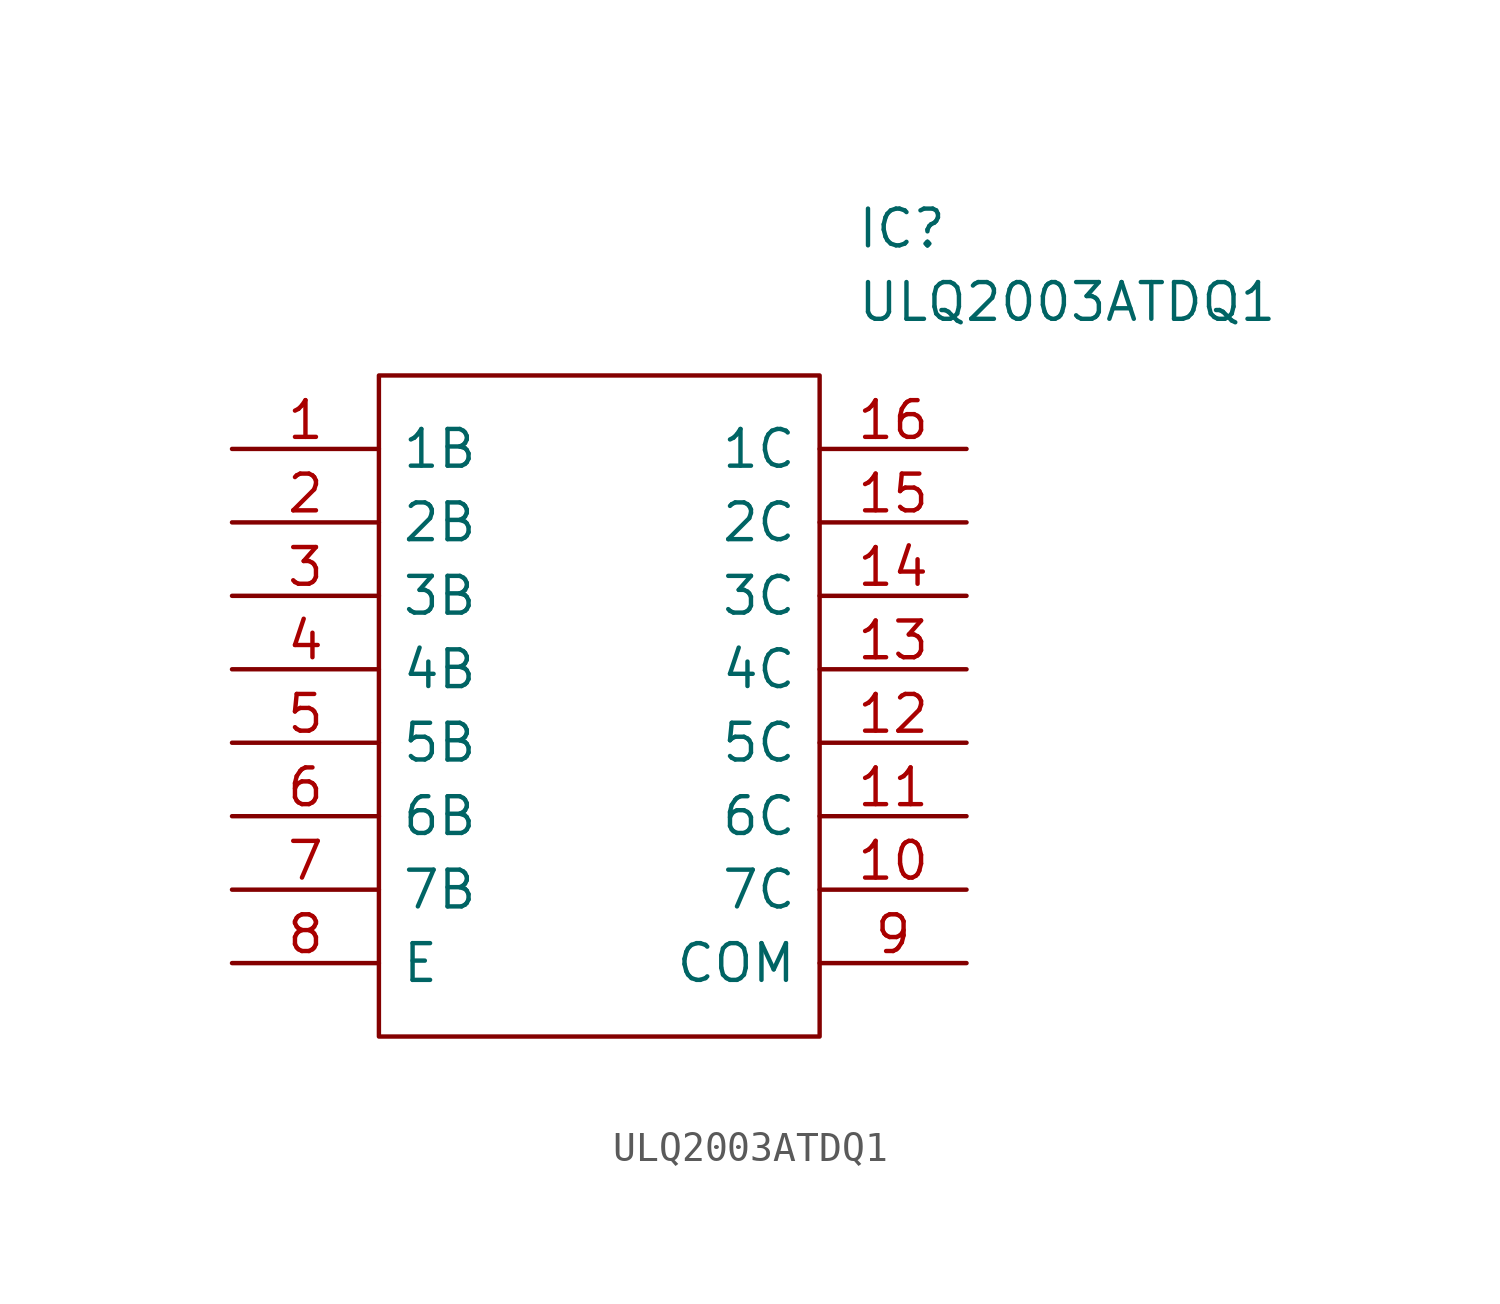
<source format=kicad_sym>
(kicad_symbol_lib
  (version 20211014)
  (generator kicad_symbol_editor)
  (symbol "ULQ2003ATDQ1"
    (pin_names
      (offset 0.762))
    (property "Reference" "IC"
      (at 21.59 7.62 0)
      (effects (font (size 1.27 1.27)) (justify left)))
    (property "Value" "ULQ2003ATDQ1"
      (at 21.59 5.08 0)
      (effects (font (size 1.27 1.27)) (justify left)))
    (symbol "ULQ2003ATDQ1_0_0"
      (pin passive line (at 0 0 0) (length 5.08) (name "1B" (effects (font (size 1.27 1.27)))) (number "1" (effects (font (size 1.27 1.27)))))
      (pin passive line (at 25.4 -15.24 180) (length 5.08) (name "7C" (effects (font (size 1.27 1.27)))) (number "10" (effects (font (size 1.27 1.27)))))
      (pin passive line (at 25.4 -12.7 180) (length 5.08) (name "6C" (effects (font (size 1.27 1.27)))) (number "11" (effects (font (size 1.27 1.27)))))
      (pin passive line (at 25.4 -10.16 180) (length 5.08) (name "5C" (effects (font (size 1.27 1.27)))) (number "12" (effects (font (size 1.27 1.27)))))
      (pin passive line (at 25.4 -7.62 180) (length 5.08) (name "4C" (effects (font (size 1.27 1.27)))) (number "13" (effects (font (size 1.27 1.27)))))
      (pin passive line (at 25.4 -5.08 180) (length 5.08) (name "3C" (effects (font (size 1.27 1.27)))) (number "14" (effects (font (size 1.27 1.27)))))
      (pin passive line (at 25.4 -2.54 180) (length 5.08) (name "2C" (effects (font (size 1.27 1.27)))) (number "15" (effects (font (size 1.27 1.27)))))
      (pin passive line (at 25.4 0 180) (length 5.08) (name "1C" (effects (font (size 1.27 1.27)))) (number "16" (effects (font (size 1.27 1.27)))))
      (pin passive line (at 0 -2.54 0) (length 5.08) (name "2B" (effects (font (size 1.27 1.27)))) (number "2" (effects (font (size 1.27 1.27)))))
      (pin passive line (at 0 -5.08 0) (length 5.08) (name "3B" (effects (font (size 1.27 1.27)))) (number "3" (effects (font (size 1.27 1.27)))))
      (pin passive line (at 0 -7.62 0) (length 5.08) (name "4B" (effects (font (size 1.27 1.27)))) (number "4" (effects (font (size 1.27 1.27)))))
      (pin passive line (at 0 -10.16 0) (length 5.08) (name "5B" (effects (font (size 1.27 1.27)))) (number "5" (effects (font (size 1.27 1.27)))))
      (pin passive line (at 0 -12.7 0) (length 5.08) (name "6B" (effects (font (size 1.27 1.27)))) (number "6" (effects (font (size 1.27 1.27)))))
      (pin passive line (at 0 -15.24 0) (length 5.08) (name "7B" (effects (font (size 1.27 1.27)))) (number "7" (effects (font (size 1.27 1.27)))))
      (pin passive line (at 0 -17.78 0) (length 5.08) (name "E" (effects (font (size 1.27 1.27)))) (number "8" (effects (font (size 1.27 1.27)))))
      (pin passive line (at 25.4 -17.78 180) (length 5.08) (name "COM" (effects (font (size 1.27 1.27)))) (number "9" (effects (font (size 1.27 1.27))))))
    (symbol "ULQ2003ATDQ1_0_1"
      (polyline (pts (xy 5.08 2.54) (xy 20.32 2.54) (xy 20.32 -20.32) (xy 5.08 -20.32) (xy 5.08 2.54)) (stroke (width 0.152) (type default) (color 0 0 0 0)) (fill (type none))))))
</source>
